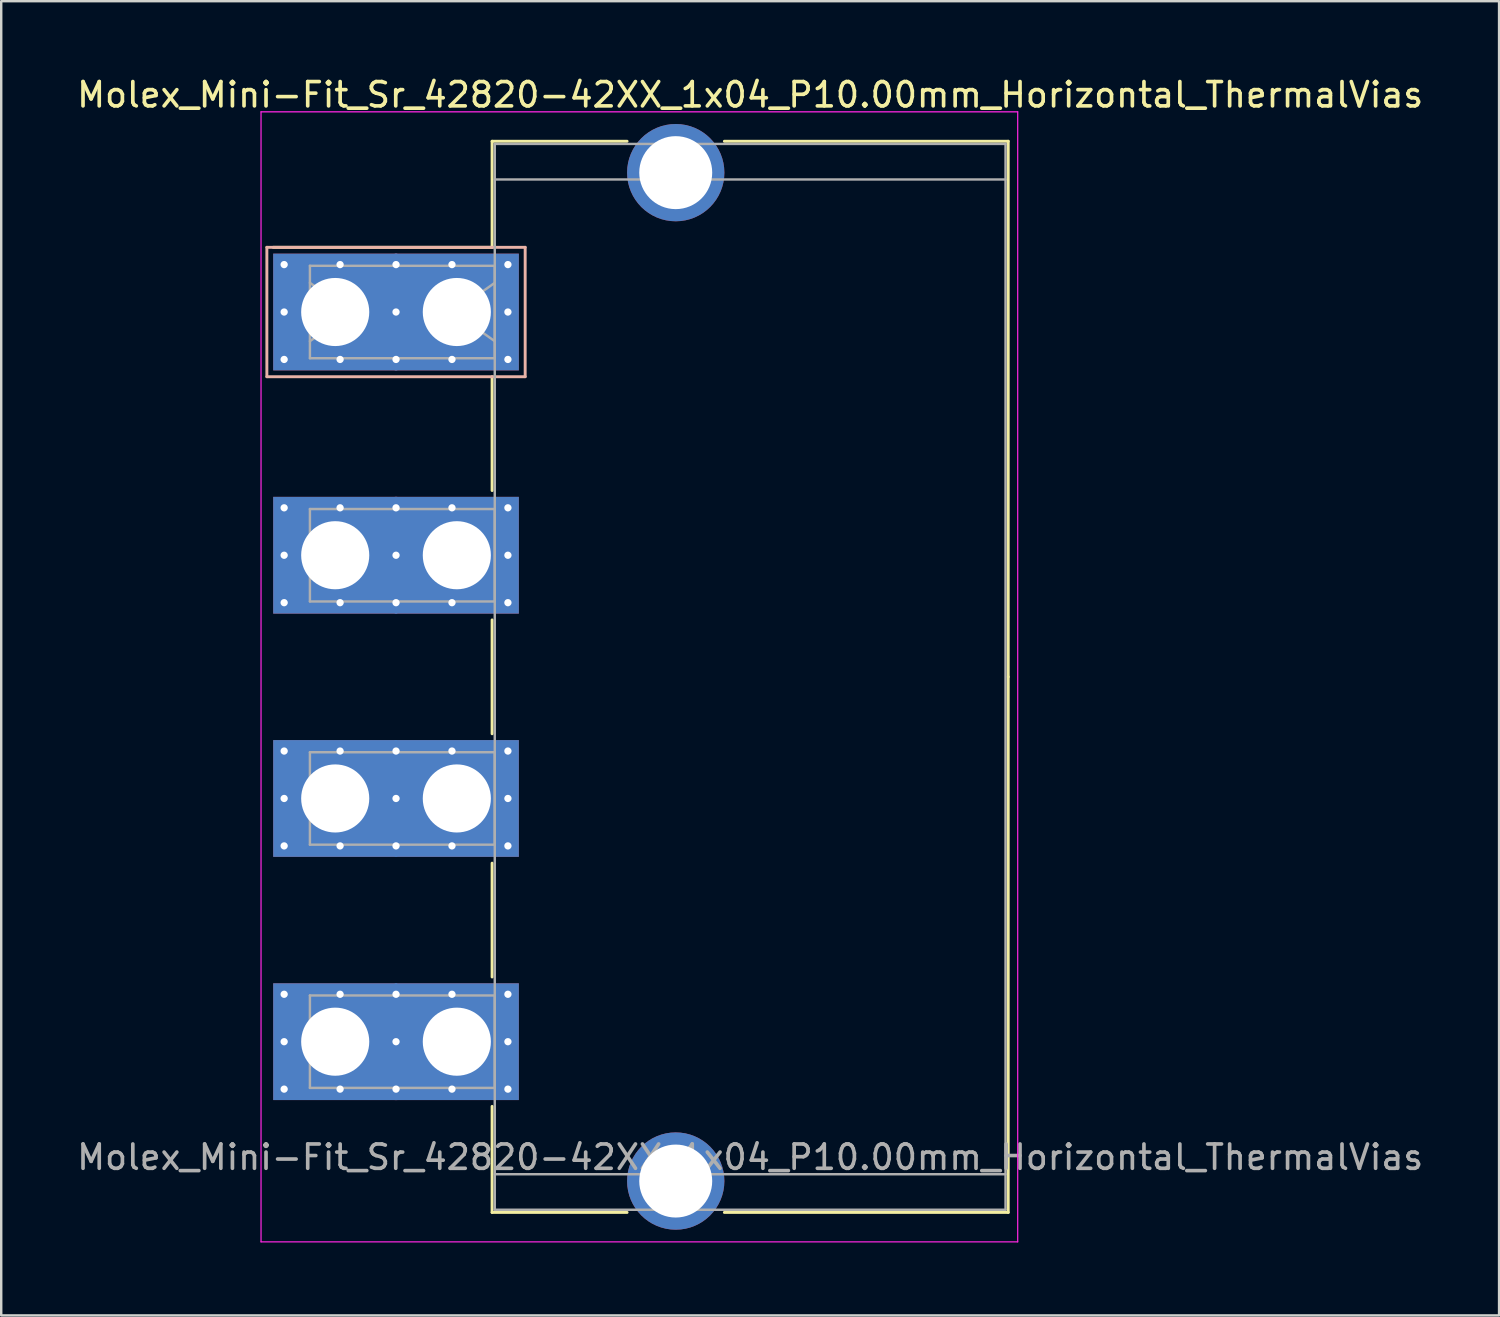
<source format=kicad_pcb>
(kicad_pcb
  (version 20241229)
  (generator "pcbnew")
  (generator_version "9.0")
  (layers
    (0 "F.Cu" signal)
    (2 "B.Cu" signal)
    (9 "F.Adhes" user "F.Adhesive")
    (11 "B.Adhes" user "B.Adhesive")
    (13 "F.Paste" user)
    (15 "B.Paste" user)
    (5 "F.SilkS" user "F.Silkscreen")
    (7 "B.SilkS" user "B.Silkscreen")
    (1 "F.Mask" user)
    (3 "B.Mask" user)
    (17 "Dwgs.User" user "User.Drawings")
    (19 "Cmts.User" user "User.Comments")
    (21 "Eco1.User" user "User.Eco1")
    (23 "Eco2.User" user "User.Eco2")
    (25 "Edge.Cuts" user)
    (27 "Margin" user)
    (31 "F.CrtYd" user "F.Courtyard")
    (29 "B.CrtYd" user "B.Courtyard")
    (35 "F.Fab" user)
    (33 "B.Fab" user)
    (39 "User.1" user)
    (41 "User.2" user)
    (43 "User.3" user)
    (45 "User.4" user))
  (footprint "Molex_Mini-Fit_Sr_42820-42XX_1x04_P10.00mm_Horizontal_ThermalVias"
    (layer "F.Cu")
    (at 10.732 9.778)
    (property "Reference" "Molex_Mini-Fit_Sr_42820-42XX_1x04_P10.00mm_Horizontal_ThermalVias" (at 17.06 -8.93 0) (layer "F.SilkS") (effects (font (size 1 1) (thickness 0.15))))
    (attr through_hole)
    (fp_line (start 6.45 -7.02) (end 12 -7.02) (stroke (width 0.12) (type solid)) (layer "F.SilkS"))
    (fp_line (start 6.45 -2.66) (end -2.55 -2.66) (stroke (width 0.12) (type solid)) (layer "F.SilkS"))
    (fp_line (start 6.45 -2.66) (end 6.45 -7.02) (stroke (width 0.12) (type solid)) (layer "F.SilkS"))
    (fp_line (start 6.45 2.66) (end 6.45 7.34) (stroke (width 0.12) (type solid)) (layer "F.SilkS"))
    (fp_line (start 6.45 12.66) (end 6.45 17.34) (stroke (width 0.12) (type solid)) (layer "F.SilkS"))
    (fp_line (start 6.45 22.66) (end 6.45 27.34) (stroke (width 0.12) (type solid)) (layer "F.SilkS"))
    (fp_line (start 6.45 32.66) (end 6.45 37.02) (stroke (width 0.12) (type solid)) (layer "F.SilkS"))
    (fp_line (start 6.45 37.02) (end 12 37.02) (stroke (width 0.12) (type solid)) (layer "F.SilkS"))
    (fp_line (start 16 -7.02) (end 27.67 -7.02) (stroke (width 0.12) (type solid)) (layer "F.SilkS"))
    (fp_line (start 16 37.02) (end 27.67 37.02) (stroke (width 0.12) (type solid)) (layer "F.SilkS"))
    (fp_line (start 27.67 -7.02) (end 27.67 15) (stroke (width 0.12) (type solid)) (layer "F.SilkS"))
    (fp_line (start 27.67 37.02) (end 27.67 15) (stroke (width 0.12) (type solid)) (layer "F.SilkS"))
    (fp_line (start -2.81 -2.66) (end -2.81 2.66) (stroke (width 0.12) (type solid)) (layer "B.SilkS"))
    (fp_line (start -2.81 2.66) (end 7.81 2.66) (stroke (width 0.12) (type solid)) (layer "B.SilkS"))
    (fp_line (start 7.81 -2.66) (end -2.81 -2.66) (stroke (width 0.12) (type solid)) (layer "B.SilkS"))
    (fp_line (start 7.81 2.66) (end 7.81 -2.66) (stroke (width 0.12) (type solid)) (layer "B.SilkS"))
    (fp_line (start -3.05 -8.23) (end -3.05 38.23) (stroke (width 0.05) (type solid)) (layer "F.CrtYd"))
    (fp_line (start -3.05 38.23) (end 28.06 38.23) (stroke (width 0.05) (type solid)) (layer "F.CrtYd"))
    (fp_line (start 28.06 -8.23) (end -3.05 -8.23) (stroke (width 0.05) (type solid)) (layer "F.CrtYd"))
    (fp_line (start 28.06 38.23) (end 28.06 -8.23) (stroke (width 0.05) (type solid)) (layer "F.CrtYd"))
    (fp_line (start -1.04 -1.9) (end 6.56 -1.9) (stroke (width 0.1) (type solid)) (layer "F.Fab"))
    (fp_line (start -1.04 -1.2) (end 0.657 0) (stroke (width 0.1) (type solid)) (layer "F.Fab"))
    (fp_line (start -1.04 1.9) (end -1.04 -1.9) (stroke (width 0.1) (type solid)) (layer "F.Fab"))
    (fp_line (start -1.04 8.1) (end 6.56 8.1) (stroke (width 0.1) (type solid)) (layer "F.Fab"))
    (fp_line (start -1.04 11.9) (end -1.04 8.1) (stroke (width 0.1) (type solid)) (layer "F.Fab"))
    (fp_line (start -1.04 18.1) (end 6.56 18.1) (stroke (width 0.1) (type solid)) (layer "F.Fab"))
    (fp_line (start -1.04 21.9) (end -1.04 18.1) (stroke (width 0.1) (type solid)) (layer "F.Fab"))
    (fp_line (start -1.04 28.1) (end 6.56 28.1) (stroke (width 0.1) (type solid)) (layer "F.Fab"))
    (fp_line (start -1.04 31.9) (end -1.04 28.1) (stroke (width 0.1) (type solid)) (layer "F.Fab"))
    (fp_line (start 0.657 0) (end -1.04 1.2) (stroke (width 0.1) (type solid)) (layer "F.Fab"))
    (fp_line (start 4.863 0) (end 6.56 1.2) (stroke (width 0.1) (type solid)) (layer "F.Fab"))
    (fp_line (start 6.56 -6.91) (end 6.56 36.91) (stroke (width 0.1) (type solid)) (layer "F.Fab"))
    (fp_line (start 6.56 -5.45) (end 27.56 -5.45) (stroke (width 0.1) (type solid)) (layer "F.Fab"))
    (fp_line (start 6.56 -1.9) (end 6.56 1.9) (stroke (width 0.1) (type solid)) (layer "F.Fab"))
    (fp_line (start 6.56 -1.2) (end 4.863 0) (stroke (width 0.1) (type solid)) (layer "F.Fab"))
    (fp_line (start 6.56 1.9) (end -1.04 1.9) (stroke (width 0.1) (type solid)) (layer "F.Fab"))
    (fp_line (start 6.56 8.1) (end 6.56 11.9) (stroke (width 0.1) (type solid)) (layer "F.Fab"))
    (fp_line (start 6.56 11.9) (end -1.04 11.9) (stroke (width 0.1) (type solid)) (layer "F.Fab"))
    (fp_line (start 6.56 18.1) (end 6.56 21.9) (stroke (width 0.1) (type solid)) (layer "F.Fab"))
    (fp_line (start 6.56 21.9) (end -1.04 21.9) (stroke (width 0.1) (type solid)) (layer "F.Fab"))
    (fp_line (start 6.56 28.1) (end 6.56 31.9) (stroke (width 0.1) (type solid)) (layer "F.Fab"))
    (fp_line (start 6.56 31.9) (end -1.04 31.9) (stroke (width 0.1) (type solid)) (layer "F.Fab"))
    (fp_line (start 6.56 35.45) (end 27.56 35.45) (stroke (width 0.1) (type solid)) (layer "F.Fab"))
    (fp_line (start 6.56 36.91) (end 27.56 36.91) (stroke (width 0.1) (type solid)) (layer "F.Fab"))
    (fp_line (start 27.56 -6.91) (end 6.56 -6.91) (stroke (width 0.1) (type solid)) (layer "F.Fab"))
    (fp_line (start 27.56 36.91) (end 27.56 -6.91) (stroke (width 0.1) (type solid)) (layer "F.Fab"))
    (fp_text user "${REFERENCE}" (at 17.06 34.75 0) (layer "F.Fab") (effects (font (size 1 1) (thickness 0.15))))
    (pad "" thru_hole circle (at 14 -5.73) (size 4 4) (drill 3) (layers "*.Cu" "*.Mask"))
    (pad "" thru_hole circle (at 14 35.73) (size 4 4) (drill 3) (layers "*.Cu" "*.Mask"))
    (pad "1" thru_hole rect (at -2.1 -1.95) (size 0.6 0.6) (drill 0.3) (layers "*.Cu" "*.Mask"))
    (pad "1" thru_hole rect (at -2.1 0) (size 0.6 0.6) (drill 0.3) (layers "*.Cu" "*.Mask"))
    (pad "1" thru_hole rect (at -2.1 1.95) (size 0.6 0.6) (drill 0.3) (layers "*.Cu" "*.Mask"))
    (pad "1" thru_hole rect (at 0 0) (size 5.1 4.8) (drill 2.8) (layers "*.Cu" "*.Mask"))
    (pad "1" thru_hole rect (at 0.2 -1.95) (size 0.6 0.6) (drill 0.3) (layers "*.Cu" "*.Mask"))
    (pad "1" thru_hole rect (at 0.2 1.95) (size 0.6 0.6) (drill 0.3) (layers "*.Cu" "*.Mask"))
    (pad "1" thru_hole rect (at 2.5 -1.95) (size 0.6 0.6) (drill 0.3) (layers "*.Cu" "*.Mask"))
    (pad "1" thru_hole rect (at 2.5 0) (size 0.6 0.6) (drill 0.3) (layers "*.Cu" "*.Mask"))
    (pad "1" thru_hole rect (at 2.5 1.95) (size 0.6 0.6) (drill 0.3) (layers "*.Cu" "*.Mask"))
    (pad "1" thru_hole rect (at 4.8 -1.95) (size 0.6 0.6) (drill 0.3) (layers "*.Cu" "*.Mask"))
    (pad "1" thru_hole rect (at 4.8 1.95) (size 0.6 0.6) (drill 0.3) (layers "*.Cu" "*.Mask"))
    (pad "1" thru_hole rect (at 5 0) (size 5.1 4.8) (drill 2.8) (layers "*.Cu" "*.Mask"))
    (pad "1" thru_hole rect (at 7.1 -1.95) (size 0.6 0.6) (drill 0.3) (layers "*.Cu" "*.Mask"))
    (pad "1" thru_hole rect (at 7.1 0) (size 0.6 0.6) (drill 0.3) (layers "*.Cu" "*.Mask"))
    (pad "1" thru_hole rect (at 7.1 1.95) (size 0.6 0.6) (drill 0.3) (layers "*.Cu" "*.Mask"))
    (pad "2" thru_hole circle (at -2.1 8.05) (size 0.6 0.6) (drill 0.3) (layers "*.Cu" "*.Mask"))
    (pad "2" thru_hole circle (at -2.1 10) (size 0.6 0.6) (drill 0.3) (layers "*.Cu" "*.Mask"))
    (pad "2" thru_hole circle (at -2.1 11.95) (size 0.6 0.6) (drill 0.3) (layers "*.Cu" "*.Mask"))
    (pad "2" thru_hole rect (at 0 10) (size 5.1 4.8) (drill 2.8) (layers "*.Cu" "*.Mask"))
    (pad "2" thru_hole circle (at 0.2 8.05) (size 0.6 0.6) (drill 0.3) (layers "*.Cu" "*.Mask"))
    (pad "2" thru_hole circle (at 0.2 11.95) (size 0.6 0.6) (drill 0.3) (layers "*.Cu" "*.Mask"))
    (pad "2" thru_hole circle (at 2.5 8.05) (size 0.6 0.6) (drill 0.3) (layers "*.Cu" "*.Mask"))
    (pad "2" thru_hole circle (at 2.5 10) (size 0.6 0.6) (drill 0.3) (layers "*.Cu" "*.Mask"))
    (pad "2" thru_hole circle (at 2.5 11.95) (size 0.6 0.6) (drill 0.3) (layers "*.Cu" "*.Mask"))
    (pad "2" thru_hole circle (at 4.8 8.05) (size 0.6 0.6) (drill 0.3) (layers "*.Cu" "*.Mask"))
    (pad "2" thru_hole circle (at 4.8 11.95) (size 0.6 0.6) (drill 0.3) (layers "*.Cu" "*.Mask"))
    (pad "2" thru_hole rect (at 5 10) (size 5.1 4.8) (drill 2.8) (layers "*.Cu" "*.Mask"))
    (pad "2" thru_hole circle (at 7.1 8.05) (size 0.6 0.6) (drill 0.3) (layers "*.Cu" "*.Mask"))
    (pad "2" thru_hole circle (at 7.1 10) (size 0.6 0.6) (drill 0.3) (layers "*.Cu" "*.Mask"))
    (pad "2" thru_hole circle (at 7.1 11.95) (size 0.6 0.6) (drill 0.3) (layers "*.Cu" "*.Mask"))
    (pad "3" thru_hole circle (at -2.1 18.05) (size 0.6 0.6) (drill 0.3) (layers "*.Cu" "*.Mask"))
    (pad "3" thru_hole circle (at -2.1 20) (size 0.6 0.6) (drill 0.3) (layers "*.Cu" "*.Mask"))
    (pad "3" thru_hole circle (at -2.1 21.95) (size 0.6 0.6) (drill 0.3) (layers "*.Cu" "*.Mask"))
    (pad "3" thru_hole rect (at 0 20) (size 5.1 4.8) (drill 2.8) (layers "*.Cu" "*.Mask"))
    (pad "3" thru_hole circle (at 0.2 18.05) (size 0.6 0.6) (drill 0.3) (layers "*.Cu" "*.Mask"))
    (pad "3" thru_hole circle (at 0.2 21.95) (size 0.6 0.6) (drill 0.3) (layers "*.Cu" "*.Mask"))
    (pad "3" thru_hole circle (at 2.5 18.05) (size 0.6 0.6) (drill 0.3) (layers "*.Cu" "*.Mask"))
    (pad "3" thru_hole circle (at 2.5 20) (size 0.6 0.6) (drill 0.3) (layers "*.Cu" "*.Mask"))
    (pad "3" thru_hole circle (at 2.5 21.95) (size 0.6 0.6) (drill 0.3) (layers "*.Cu" "*.Mask"))
    (pad "3" thru_hole circle (at 4.8 18.05) (size 0.6 0.6) (drill 0.3) (layers "*.Cu" "*.Mask"))
    (pad "3" thru_hole circle (at 4.8 21.95) (size 0.6 0.6) (drill 0.3) (layers "*.Cu" "*.Mask"))
    (pad "3" thru_hole rect (at 5 20) (size 5.1 4.8) (drill 2.8) (layers "*.Cu" "*.Mask"))
    (pad "3" thru_hole circle (at 7.1 18.05) (size 0.6 0.6) (drill 0.3) (layers "*.Cu" "*.Mask"))
    (pad "3" thru_hole circle (at 7.1 20) (size 0.6 0.6) (drill 0.3) (layers "*.Cu" "*.Mask"))
    (pad "3" thru_hole circle (at 7.1 21.95) (size 0.6 0.6) (drill 0.3) (layers "*.Cu" "*.Mask"))
    (pad "4" thru_hole circle (at -2.1 28.05) (size 0.6 0.6) (drill 0.3) (layers "*.Cu" "*.Mask"))
    (pad "4" thru_hole circle (at -2.1 30) (size 0.6 0.6) (drill 0.3) (layers "*.Cu" "*.Mask"))
    (pad "4" thru_hole circle (at -2.1 31.95) (size 0.6 0.6) (drill 0.3) (layers "*.Cu" "*.Mask"))
    (pad "4" thru_hole rect (at 0 30) (size 5.1 4.8) (drill 2.8) (layers "*.Cu" "*.Mask"))
    (pad "4" thru_hole circle (at 0.2 28.05) (size 0.6 0.6) (drill 0.3) (layers "*.Cu" "*.Mask"))
    (pad "4" thru_hole circle (at 0.2 31.95) (size 0.6 0.6) (drill 0.3) (layers "*.Cu" "*.Mask"))
    (pad "4" thru_hole circle (at 2.5 28.05) (size 0.6 0.6) (drill 0.3) (layers "*.Cu" "*.Mask"))
    (pad "4" thru_hole circle (at 2.5 30) (size 0.6 0.6) (drill 0.3) (layers "*.Cu" "*.Mask"))
    (pad "4" thru_hole circle (at 2.5 31.95) (size 0.6 0.6) (drill 0.3) (layers "*.Cu" "*.Mask"))
    (pad "4" thru_hole circle (at 4.8 28.05) (size 0.6 0.6) (drill 0.3) (layers "*.Cu" "*.Mask"))
    (pad "4" thru_hole circle (at 4.8 31.95) (size 0.6 0.6) (drill 0.3) (layers "*.Cu" "*.Mask"))
    (pad "4" thru_hole rect (at 5 30) (size 5.1 4.8) (drill 2.8) (layers "*.Cu" "*.Mask"))
    (pad "4" thru_hole circle (at 7.1 28.05) (size 0.6 0.6) (drill 0.3) (layers "*.Cu" "*.Mask"))
    (pad "4" thru_hole circle (at 7.1 30) (size 0.6 0.6) (drill 0.3) (layers "*.Cu" "*.Mask"))
    (pad "4" thru_hole circle (at 7.1 31.95) (size 0.6 0.6) (drill 0.3) (layers "*.Cu" "*.Mask")))
  (gr_rect
    (start -3 -3)
    (end 58.583 51.033)
    (stroke (width 0.1) (type default))
    (fill no)
    (layer "Edge.Cuts")))
</source>
